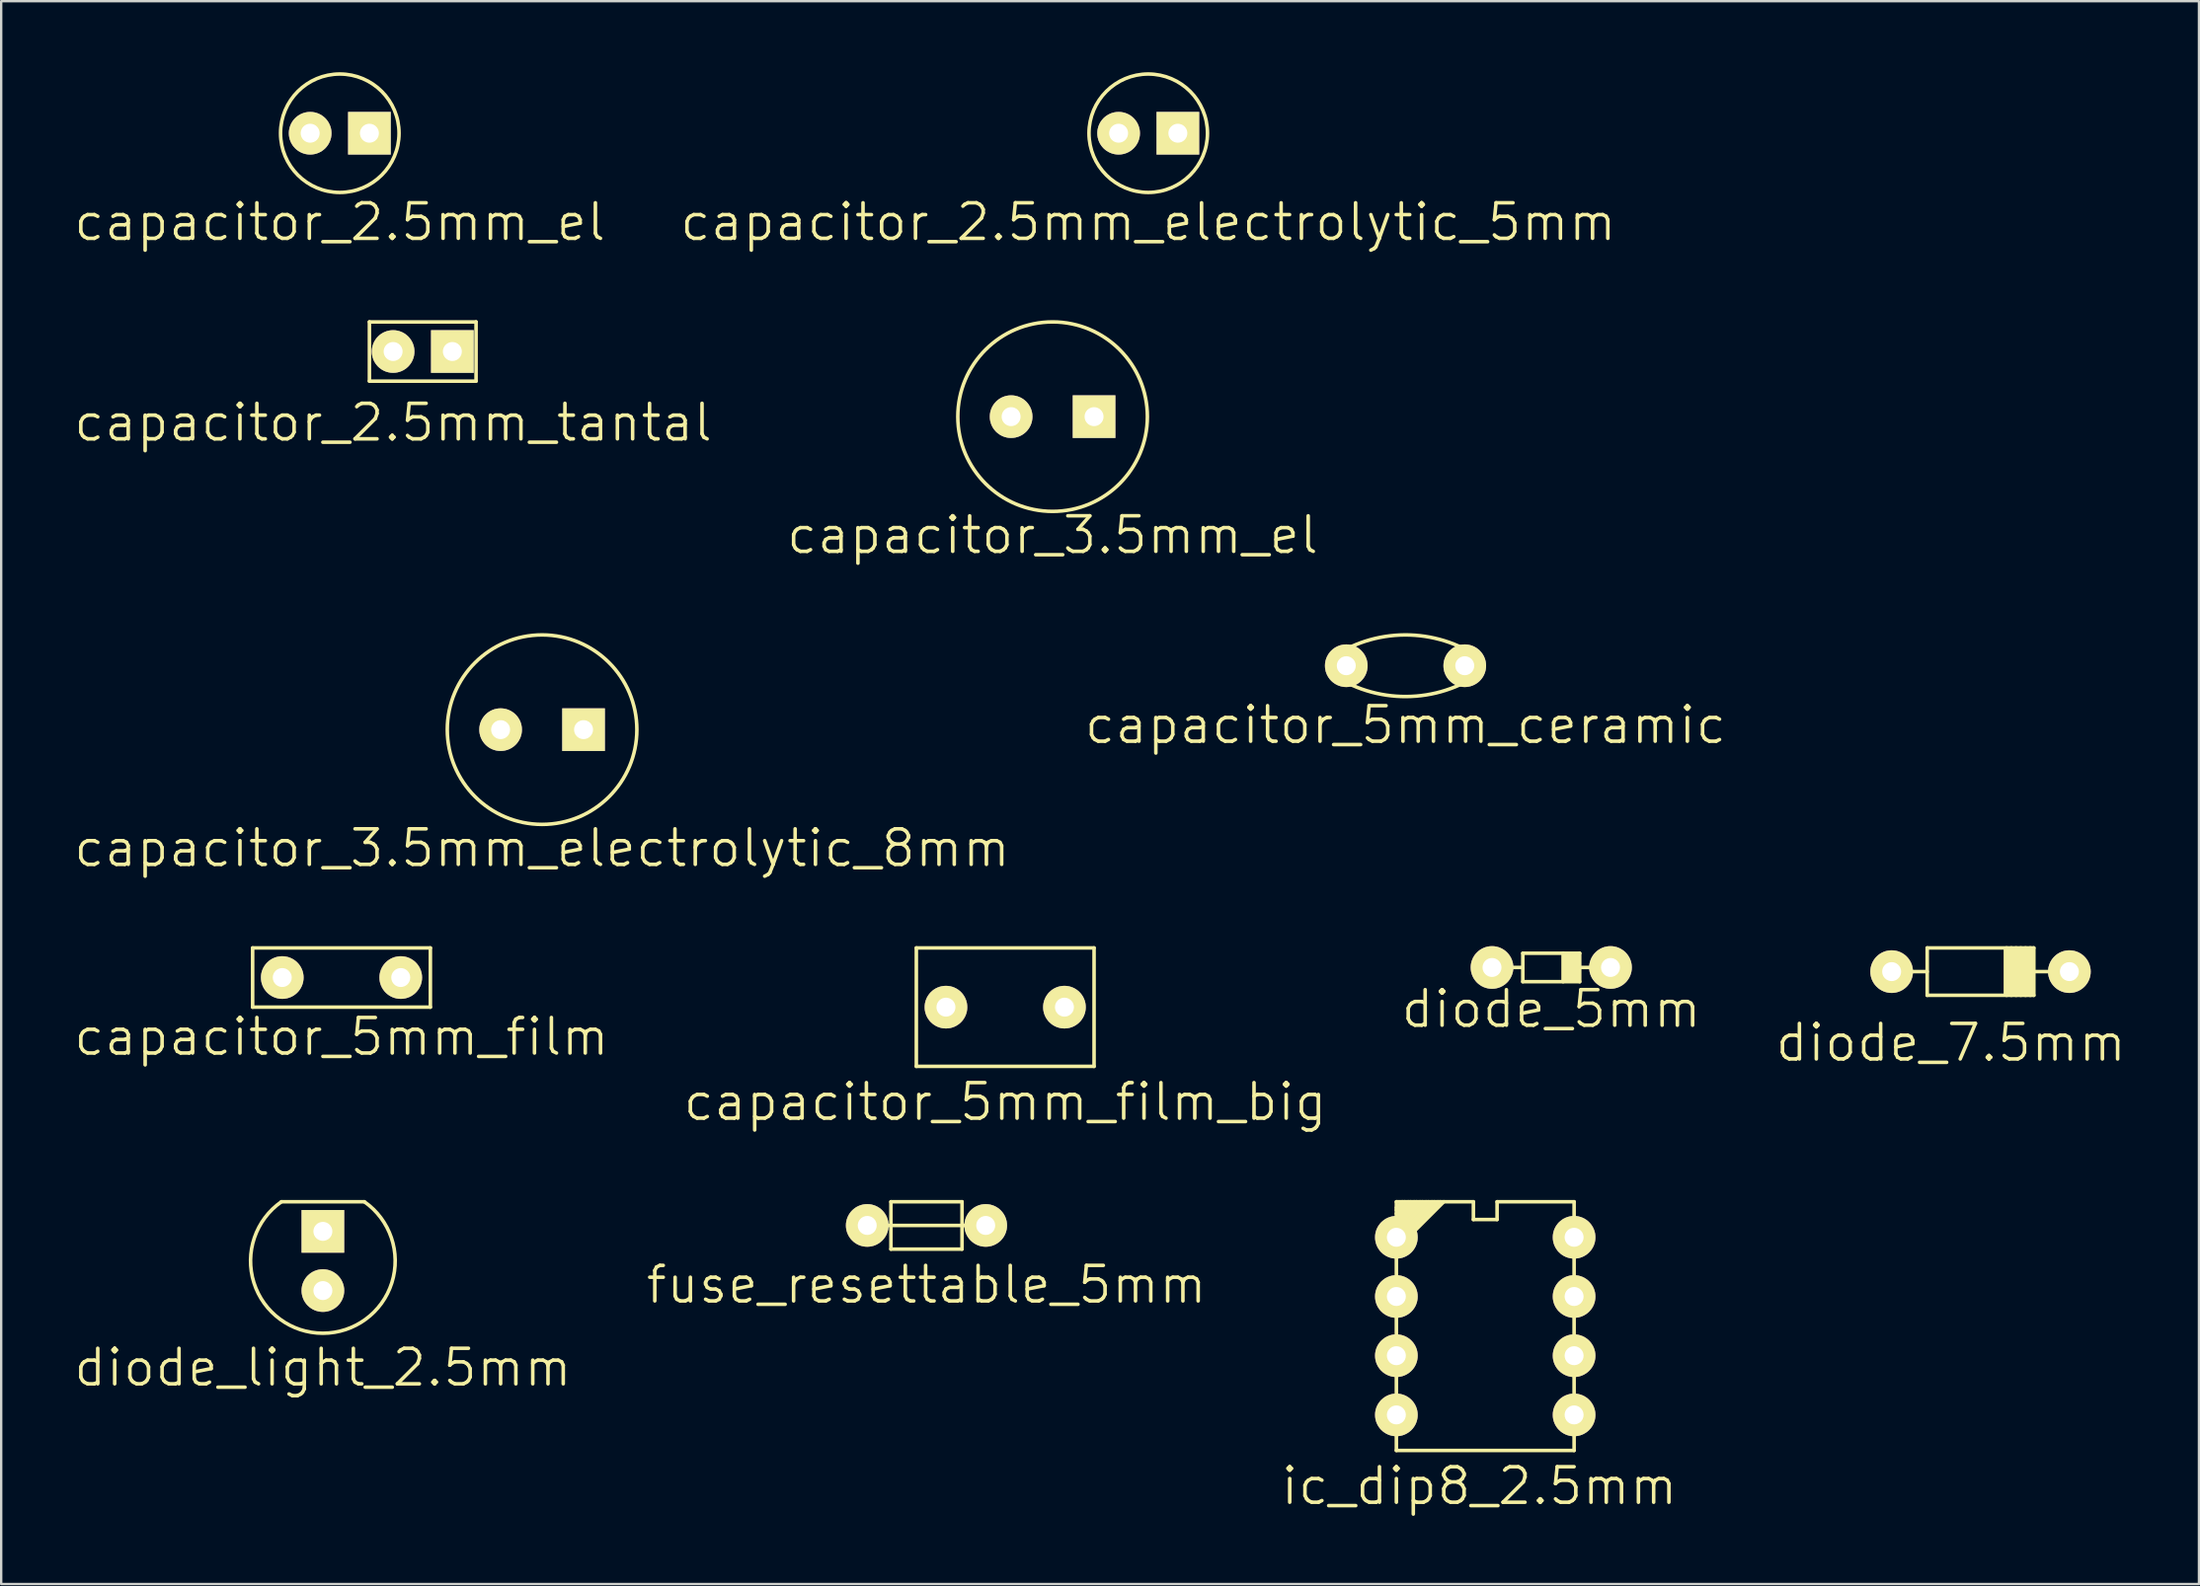
<source format=kicad_pcb>
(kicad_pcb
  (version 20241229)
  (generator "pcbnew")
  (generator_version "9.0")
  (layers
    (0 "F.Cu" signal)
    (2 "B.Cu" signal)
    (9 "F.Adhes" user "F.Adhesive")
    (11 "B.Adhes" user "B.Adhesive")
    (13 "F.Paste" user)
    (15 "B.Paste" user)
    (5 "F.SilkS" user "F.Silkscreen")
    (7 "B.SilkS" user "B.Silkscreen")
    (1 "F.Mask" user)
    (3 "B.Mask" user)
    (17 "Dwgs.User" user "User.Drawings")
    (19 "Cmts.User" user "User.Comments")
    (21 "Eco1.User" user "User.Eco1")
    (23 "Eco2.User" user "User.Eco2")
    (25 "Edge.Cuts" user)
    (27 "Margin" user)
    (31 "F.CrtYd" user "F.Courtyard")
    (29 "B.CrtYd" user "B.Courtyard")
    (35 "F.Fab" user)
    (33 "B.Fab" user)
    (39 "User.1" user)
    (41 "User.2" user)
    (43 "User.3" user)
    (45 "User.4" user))
  (footprint "capacitor_5mm_film_big"
    (layer "F.Cu")
    (at 39.368 39.472)
    (property "Reference" "capacitor_5mm_film_big" (at 0 4 0) (layer "F.SilkS") (effects (font (size 1.5 1.5) (thickness 0.15))))
    (attr through_hole)
    (fp_line (start -3.75 -2.5) (end -3.75 2.5) (stroke (width 0.15) (type solid)) (layer "F.SilkS"))
    (fp_line (start -3.75 2.5) (end 3.75 2.5) (stroke (width 0.15) (type solid)) (layer "F.SilkS"))
    (fp_line (start 3.75 -2.5) (end -3.75 -2.5) (stroke (width 0.15) (type solid)) (layer "F.SilkS"))
    (fp_line (start 3.75 2.5) (end 3.75 -2.5) (stroke (width 0.15) (type solid)) (layer "F.SilkS"))
    (pad "1" thru_hole circle (at -2.5 0) (size 1.8 1.8) (drill 0.8) (layers "*.Cu" "*.Mask" "F.SilkS"))
    (pad "2" thru_hole circle (at 2.5 0) (size 1.8 1.8) (drill 0.8) (layers "*.Cu" "*.Mask" "F.SilkS")))
  (footprint "diode_5mm"
    (layer "F.Cu")
    (at 62.411 37.797)
    (property "Reference" "diode_5mm" (at 0 1.75 0) (layer "F.SilkS") (effects (font (size 1.5 1.5) (thickness 0.15))))
    (attr through_hole)
    (fp_line (start -2.5 0) (end -1.25 0) (stroke (width 0.15) (type solid)) (layer "F.SilkS"))
    (fp_line (start -1.2 -0.6) (end -1.2 0.6) (stroke (width 0.15) (type solid)) (layer "F.SilkS"))
    (fp_line (start -1.2 0.6) (end 1.2 0.6) (stroke (width 0.15) (type solid)) (layer "F.SilkS"))
    (fp_line (start 0.5 -0.6) (end 0.5 0.6) (stroke (width 0.15) (type solid)) (layer "F.SilkS"))
    (fp_line (start 0.6 -0.5) (end 0.6 0.5) (stroke (width 0.15) (type solid)) (layer "F.SilkS"))
    (fp_line (start 0.7 -0.5) (end 0.7 0.5) (stroke (width 0.15) (type solid)) (layer "F.SilkS"))
    (fp_line (start 0.8 -0.5) (end 0.8 0.5) (stroke (width 0.15) (type solid)) (layer "F.SilkS"))
    (fp_line (start 0.9 -0.5) (end 0.9 0.5) (stroke (width 0.15) (type solid)) (layer "F.SilkS"))
    (fp_line (start 1 -0.5) (end 1 0.5) (stroke (width 0.15) (type solid)) (layer "F.SilkS"))
    (fp_line (start 1.1 -0.5) (end 1.1 0.5) (stroke (width 0.15) (type solid)) (layer "F.SilkS"))
    (fp_line (start 1.2 -0.6) (end -1.2 -0.6) (stroke (width 0.15) (type solid)) (layer "F.SilkS"))
    (fp_line (start 1.2 0.6) (end 1.2 -0.6) (stroke (width 0.15) (type solid)) (layer "F.SilkS"))
    (fp_line (start 2.5 0) (end 1.25 0) (stroke (width 0.15) (type solid)) (layer "F.SilkS"))
    (pad "1" thru_hole circle (at -2.5 0) (size 1.8 1.8) (drill 0.8) (layers "*.Cu" "*.Mask" "F.SilkS"))
    (pad "2" thru_hole circle (at 2.5 0) (size 1.8 1.8) (drill 0.8) (layers "*.Cu" "*.Mask" "F.SilkS")))
  (footprint "ic_dip8_2.5mm"
    (layer "F.Cu")
    (at 55.875 49.188)
    (property "Reference" "ic_dip8_2.5mm" (at 3.5 10.5 0) (layer "F.SilkS") (effects (font (size 1.5 1.5) (thickness 0.15))))
    (attr through_hole)
    (fp_line (start 0 -1.5) (end 0 9) (stroke (width 0.15) (type solid)) (layer "F.SilkS"))
    (fp_line (start 0 -1.25) (end 0.25 -1.5) (stroke (width 0.15) (type solid)) (layer "F.SilkS"))
    (fp_line (start 0 -1.15) (end 0.35 -1.5) (stroke (width 0.15) (type solid)) (layer "F.SilkS"))
    (fp_line (start 0 -1) (end 0.5 -1.5) (stroke (width 0.15) (type solid)) (layer "F.SilkS"))
    (fp_line (start 0 -0.85) (end 0.6 -1.5) (stroke (width 0.15) (type solid)) (layer "F.SilkS"))
    (fp_line (start 0 -0.75) (end 0.75 -1.5) (stroke (width 0.15) (type solid)) (layer "F.SilkS"))
    (fp_line (start 0 -0.6) (end 0.85 -1.5) (stroke (width 0.15) (type solid)) (layer "F.SilkS"))
    (fp_line (start 0 -0.5) (end 1 -1.5) (stroke (width 0.15) (type solid)) (layer "F.SilkS"))
    (fp_line (start 0 -0.4) (end 1.1 -1.5) (stroke (width 0.15) (type solid)) (layer "F.SilkS"))
    (fp_line (start 0 -0.25) (end 1.25 -1.5) (stroke (width 0.15) (type solid)) (layer "F.SilkS"))
    (fp_line (start 0 -0.15) (end 1.35 -1.5) (stroke (width 0.15) (type solid)) (layer "F.SilkS"))
    (fp_line (start 0 0) (end 1.5 -1.5) (stroke (width 0.15) (type solid)) (layer "F.SilkS"))
    (fp_line (start 0 0.1) (end 1.6 -1.5) (stroke (width 0.15) (type solid)) (layer "F.SilkS"))
    (fp_line (start 0 0.25) (end 1.75 -1.5) (stroke (width 0.15) (type solid)) (layer "F.SilkS"))
    (fp_line (start 0 0.35) (end 1.85 -1.5) (stroke (width 0.15) (type solid)) (layer "F.SilkS"))
    (fp_line (start 0 0.5) (end 2 -1.5) (stroke (width 0.15) (type solid)) (layer "F.SilkS"))
    (fp_line (start 0 9) (end 7.5 9) (stroke (width 0.15) (type solid)) (layer "F.SilkS"))
    (fp_line (start 3.25 -1.5) (end 0 -1.5) (stroke (width 0.15) (type solid)) (layer "F.SilkS"))
    (fp_line (start 3.25 -1.5) (end 3.25 -0.75) (stroke (width 0.15) (type solid)) (layer "F.SilkS"))
    (fp_line (start 3.25 -0.75) (end 4.25 -0.75) (stroke (width 0.15) (type solid)) (layer "F.SilkS"))
    (fp_line (start 4.25 -1.5) (end 7.5 -1.5) (stroke (width 0.15) (type solid)) (layer "F.SilkS"))
    (fp_line (start 4.25 -0.75) (end 4.25 -1.5) (stroke (width 0.15) (type solid)) (layer "F.SilkS"))
    (fp_line (start 7.5 9) (end 7.5 -1.5) (stroke (width 0.15) (type solid)) (layer "F.SilkS"))
    (pad "1" thru_hole circle (at 0 0) (size 1.8 1.8) (drill 0.8) (layers "*.Cu" "*.Mask" "F.SilkS"))
    (pad "2" thru_hole circle (at 0 2.5) (size 1.8 1.8) (drill 0.8) (layers "*.Cu" "*.Mask" "F.SilkS"))
    (pad "3" thru_hole circle (at 0 5) (size 1.8 1.8) (drill 0.8) (layers "*.Cu" "*.Mask" "F.SilkS"))
    (pad "4" thru_hole circle (at 0 7.5) (size 1.8 1.8) (drill 0.8) (layers "*.Cu" "*.Mask" "F.SilkS"))
    (pad "5" thru_hole circle (at 7.5 7.5) (size 1.8 1.8) (drill 0.8) (layers "*.Cu" "*.Mask" "F.SilkS"))
    (pad "6" thru_hole circle (at 7.5 5) (size 1.8 1.8) (drill 0.8) (layers "*.Cu" "*.Mask" "F.SilkS"))
    (pad "7" thru_hole circle (at 7.5 2.5) (size 1.8 1.8) (drill 0.8) (layers "*.Cu" "*.Mask" "F.SilkS"))
    (pad "8" thru_hole circle (at 7.5 0) (size 1.8 1.8) (drill 0.8) (layers "*.Cu" "*.Mask" "F.SilkS")))
  (footprint "diode_light_2.5mm"
    (layer "F.Cu")
    (at 10.575 50.188)
    (property "Reference" "diode_light_2.5mm" (at 0 4.5 0) (layer "F.SilkS") (effects (font (size 1.5 1.5) (thickness 0.15))))
    (attr through_hole)
    (fp_line (start -1.75 -2.5) (end 1.75 -2.5) (stroke (width 0.15) (type solid)) (layer "F.SilkS"))
    (fp_arc (start 1.75 -2.5) (mid 0.000425 3.051639) (end -1.750696 -2.499512) (stroke (width 0.15) (type solid)) (layer "F.SilkS"))
    (pad "1" thru_hole rect (at 0 -1.25) (size 1.8 1.8) (drill 0.8) (layers "*.Cu" "*.Mask" "F.SilkS"))
    (pad "2" thru_hole circle (at 0 1.25) (size 1.8 1.8) (drill 0.8) (layers "*.Cu" "*.Mask" "F.SilkS")))
  (footprint "capacitor_2.5mm_tantal"
    (layer "F.Cu")
    (at 13.539 11.791)
    (property "Reference" "capacitor_2.5mm_tantal" (at 0 3 0) (layer "F.SilkS") (effects (font (size 1.5 1.5) (thickness 0.15))))
    (attr through_hole)
    (fp_line (start -1 -1.25) (end 3.5 -1.25) (stroke (width 0.15) (type solid)) (layer "F.SilkS"))
    (fp_line (start -1 1.25) (end -1 -1.25) (stroke (width 0.15) (type solid)) (layer "F.SilkS"))
    (fp_line (start 3.5 -1.25) (end 3.5 1.25) (stroke (width 0.15) (type solid)) (layer "F.SilkS"))
    (fp_line (start 3.5 1.25) (end -1 1.25) (stroke (width 0.15) (type solid)) (layer "F.SilkS"))
    (pad "1" thru_hole circle (at 0 0) (size 1.8 1.8) (drill 0.8) (layers "*.Cu" "*.Mask" "F.SilkS"))
    (pad "2" thru_hole rect (at 2.5 0) (size 1.8 1.8) (drill 0.8) (layers "*.Cu" "*.Mask" "F.SilkS")))
  (footprint "diode_7.5mm"
    (layer "F.Cu")
    (at 79.275 37.972)
    (property "Reference" "diode_7.5mm" (at 0 3 0) (layer "F.SilkS") (effects (font (size 1.5 1.5) (thickness 0.15))))
    (attr through_hole)
    (fp_line (start -2.5 0) (end -1 0) (stroke (width 0.15) (type solid)) (layer "F.SilkS"))
    (fp_line (start -1 -1) (end -1 1) (stroke (width 0.15) (type solid)) (layer "F.SilkS"))
    (fp_line (start -1 1) (end 3.5 1) (stroke (width 0.15) (type solid)) (layer "F.SilkS"))
    (fp_line (start 2.35 0.95) (end 2.35 -0.95) (stroke (width 0.25) (type solid)) (layer "F.SilkS"))
    (fp_line (start 2.55 -0.95) (end 2.55 0.95) (stroke (width 0.25) (type solid)) (layer "F.SilkS"))
    (fp_line (start 2.75 0.95) (end 2.75 -0.95) (stroke (width 0.25) (type solid)) (layer "F.SilkS"))
    (fp_line (start 2.95 -0.95) (end 2.95 0.95) (stroke (width 0.25) (type solid)) (layer "F.SilkS"))
    (fp_line (start 3.15 0.95) (end 3.15 -0.95) (stroke (width 0.25) (type solid)) (layer "F.SilkS"))
    (fp_line (start 3.35 -0.95) (end 3.35 0.95) (stroke (width 0.25) (type solid)) (layer "F.SilkS"))
    (fp_line (start 3.5 -1) (end -1 -1) (stroke (width 0.15) (type solid)) (layer "F.SilkS"))
    (fp_line (start 3.5 1) (end 3.5 -1) (stroke (width 0.15) (type solid)) (layer "F.SilkS"))
    (fp_line (start 5 0) (end 3.5 0) (stroke (width 0.15) (type solid)) (layer "F.SilkS"))
    (pad "1" thru_hole circle (at -2.5 0) (size 1.8 1.8) (drill 0.8) (layers "*.Cu" "*.Mask" "F.SilkS"))
    (pad "2" thru_hole circle (at 5 0) (size 1.8 1.8) (drill 0.8) (layers "*.Cu" "*.Mask" "F.SilkS")))
  (footprint "capacitor_2.5mm_el"
    (layer "F.Cu")
    (at 10.039 2.575)
    (property "Reference" "capacitor_2.5mm_el" (at 1.25 3.75 0) (layer "F.SilkS") (effects (font (size 1.5 1.5) (thickness 0.15))))
    (attr through_hole)
    (fp_circle (center 1.25 0) (end 3.75 0) (stroke (width 0.15) (type solid)) (fill no) (layer "F.SilkS"))
    (pad "1" thru_hole circle (at 0 0) (size 1.8 1.8) (drill 0.8) (layers "*.Cu" "*.Mask" "F.SilkS"))
    (pad "2" thru_hole rect (at 2.5 0) (size 1.8 1.8) (drill 0.8) (layers "*.Cu" "*.Mask" "F.SilkS")))
  (footprint "capacitor_5mm_ceramic"
    (layer "F.Cu")
    (at 53.761 25.057)
    (property "Reference" "capacitor_5mm_ceramic" (at 2.5 2.5 0) (layer "F.SilkS") (effects (font (size 1.5 1.5) (thickness 0.15))))
    (attr through_hole)
    (fp_line (start -0.75 -0.25) (end -0.75 0.25) (stroke (width 0.15) (type solid)) (layer "F.SilkS"))
    (fp_line (start 5.75 -0.25) (end 5.75 0.25) (stroke (width 0.15) (type solid)) (layer "F.SilkS"))
    (fp_arc (start -0.75 -0.25) (mid 2.467288 -1.300804) (end 5.696737 -0.287992) (stroke (width 0.15) (type solid)) (layer "F.SilkS"))
    (fp_arc (start 5.75 0.25) (mid 2.532712 1.300804) (end -0.696737 0.287992) (stroke (width 0.15) (type solid)) (layer "F.SilkS"))
    (pad "1" thru_hole circle (at 0 0) (size 1.8 1.8) (drill 0.8) (layers "*.Cu" "*.Mask" "F.SilkS"))
    (pad "2" thru_hole circle (at 5 0) (size 1.8 1.8) (drill 0.8) (layers "*.Cu" "*.Mask" "F.SilkS")))
  (footprint "fuse_resettable_5mm"
    (layer "F.Cu")
    (at 36.046 48.688)
    (property "Reference" "fuse_resettable_5mm" (at 0 2.5 0) (layer "F.SilkS") (effects (font (size 1.5 1.5) (thickness 0.15))))
    (attr through_hole)
    (fp_line (start -1.5 -1) (end 1.5 -1) (stroke (width 0.15) (type solid)) (layer "F.SilkS"))
    (fp_line (start -1.5 1) (end -1.5 -1) (stroke (width 0.15) (type solid)) (layer "F.SilkS"))
    (fp_line (start 1.5 -1) (end 1.5 1) (stroke (width 0.15) (type solid)) (layer "F.SilkS"))
    (fp_line (start 1.5 1) (end -1.5 1) (stroke (width 0.15) (type solid)) (layer "F.SilkS"))
    (fp_line (start 2.5 0) (end -2.5 0) (stroke (width 0.15) (type solid)) (layer "F.SilkS"))
    (pad "1" thru_hole circle (at -2.5 0) (size 1.8 1.8) (drill 0.8) (layers "*.Cu" "*.Mask" "F.SilkS"))
    (pad "2" thru_hole circle (at 2.5 0) (size 1.8 1.8) (drill 0.8) (layers "*.Cu" "*.Mask" "F.SilkS")))
  (footprint "capacitor_2.5mm_electrolytic_5mm"
    (layer "F.Cu")
    (at 44.154 2.575)
    (property "Reference" "capacitor_2.5mm_electrolytic_5mm" (at 1.25 3.75 0) (layer "F.SilkS") (effects (font (size 1.5 1.5) (thickness 0.15))))
    (attr through_hole)
    (fp_circle (center 1.25 0) (end 3.75 0) (stroke (width 0.15) (type solid)) (fill no) (layer "F.SilkS"))
    (pad "1" thru_hole circle (at 0 0) (size 1.8 1.8) (drill 0.8) (layers "*.Cu" "*.Mask" "F.SilkS"))
    (pad "2" thru_hole rect (at 2.5 0) (size 1.8 1.8) (drill 0.8) (layers "*.Cu" "*.Mask" "F.SilkS")))
  (footprint "capacitor_5mm_film"
    (layer "F.Cu")
    (at 8.861 38.222)
    (property "Reference" "capacitor_5mm_film" (at 2.5 2.5 0) (layer "F.SilkS") (effects (font (size 1.5 1.5) (thickness 0.15))))
    (attr through_hole)
    (fp_line (start -1.25 -1.25) (end -1.25 1.25) (stroke (width 0.15) (type solid)) (layer "F.SilkS"))
    (fp_line (start -1.25 1.25) (end 6.25 1.25) (stroke (width 0.15) (type solid)) (layer "F.SilkS"))
    (fp_line (start 6.25 -1.25) (end -1.25 -1.25) (stroke (width 0.15) (type solid)) (layer "F.SilkS"))
    (fp_line (start 6.25 1.25) (end 6.25 -1.25) (stroke (width 0.15) (type solid)) (layer "F.SilkS"))
    (pad "1" thru_hole circle (at 0 0) (size 1.8 1.8) (drill 0.8) (layers "*.Cu" "*.Mask" "F.SilkS"))
    (pad "2" thru_hole circle (at 5 0) (size 1.8 1.8) (drill 0.8) (layers "*.Cu" "*.Mask" "F.SilkS")))
  (footprint "capacitor_3.5mm_el"
    (layer "F.Cu")
    (at 39.618 14.541)
    (property "Reference" "capacitor_3.5mm_el" (at 1.75 5 0) (layer "F.SilkS") (effects (font (size 1.5 1.5) (thickness 0.15))))
    (attr through_hole)
    (fp_circle (center 1.75 0) (end 5.75 0) (stroke (width 0.15) (type solid)) (fill no) (layer "F.SilkS"))
    (pad "1" thru_hole circle (at 0 0) (size 1.8 1.8) (drill 0.8) (layers "*.Cu" "*.Mask" "F.SilkS"))
    (pad "2" thru_hole rect (at 3.5 0) (size 1.8 1.8) (drill 0.8) (layers "*.Cu" "*.Mask" "F.SilkS")))
  (footprint "capacitor_3.5mm_electrolytic_8mm"
    (layer "F.Cu")
    (at 18.075 27.756)
    (property "Reference" "capacitor_3.5mm_electrolytic_8mm" (at 1.75 5 0) (layer "F.SilkS") (effects (font (size 1.5 1.5) (thickness 0.15))))
    (attr through_hole)
    (fp_circle (center 1.75 0) (end 5.75 0) (stroke (width 0.15) (type solid)) (fill no) (layer "F.SilkS"))
    (pad "1" thru_hole circle (at 0 0) (size 1.8 1.8) (drill 0.8) (layers "*.Cu" "*.Mask" "F.SilkS"))
    (pad "2" thru_hole rect (at 3.5 0) (size 1.8 1.8) (drill 0.8) (layers "*.Cu" "*.Mask" "F.SilkS")))
  (gr_rect
    (start -3 -3)
    (end 89.743 63.829)
    (stroke (width 0.1) (type default))
    (fill no)
    (layer "Edge.Cuts")))
</source>
